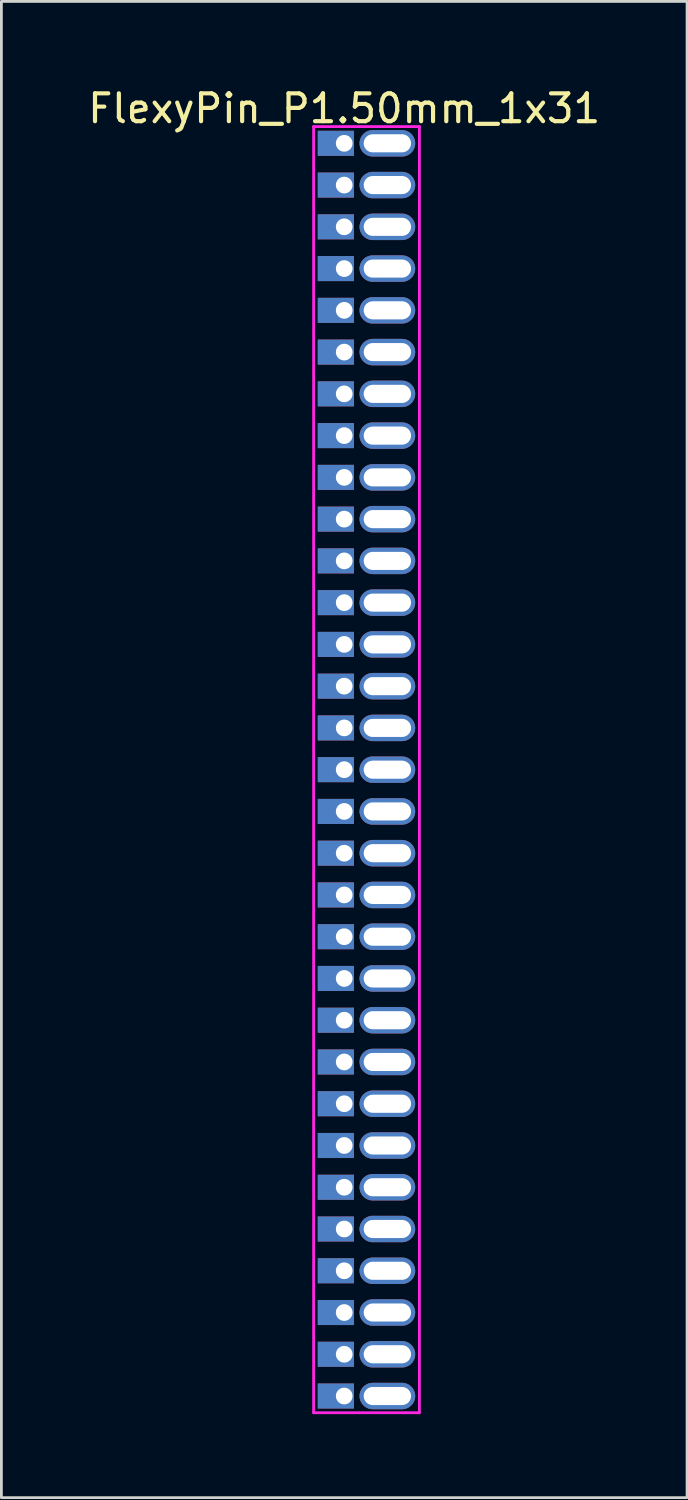
<source format=kicad_pcb>
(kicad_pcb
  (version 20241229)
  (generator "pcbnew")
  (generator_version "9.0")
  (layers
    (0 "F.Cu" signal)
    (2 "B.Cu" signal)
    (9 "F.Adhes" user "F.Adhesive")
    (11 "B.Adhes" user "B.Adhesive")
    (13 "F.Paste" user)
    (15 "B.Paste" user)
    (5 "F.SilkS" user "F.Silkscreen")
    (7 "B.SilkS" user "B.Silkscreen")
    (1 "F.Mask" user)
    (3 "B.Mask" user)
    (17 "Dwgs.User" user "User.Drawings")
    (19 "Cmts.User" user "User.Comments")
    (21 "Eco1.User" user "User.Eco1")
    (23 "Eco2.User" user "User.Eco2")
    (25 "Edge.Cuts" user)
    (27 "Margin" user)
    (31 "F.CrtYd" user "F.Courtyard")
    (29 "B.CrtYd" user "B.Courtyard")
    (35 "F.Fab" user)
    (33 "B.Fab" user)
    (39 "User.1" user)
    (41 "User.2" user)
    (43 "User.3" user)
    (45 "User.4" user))
  (footprint "FlexyPin_P1.50mm_1x31"
    (layer "F.Cu")
    (at 9.315 2.098)
    (property "Reference" "FlexyPin_P1.50mm_1x31" (at 0 -1.25 0) (layer "F.SilkS") (effects (font (size 1 1) (thickness 0.15))))
    (attr through_hole)
    (fp_line (start -1.1 -0.6) (end 2.7 -0.6) (stroke (width 0.1) (type solid)) (layer "F.CrtYd"))
    (fp_line (start -1.1 45.6) (end -1.1 -0.6) (stroke (width 0.1) (type solid)) (layer "F.CrtYd"))
    (fp_line (start 2.7 -0.6) (end 2.7 45.6) (stroke (width 0.1) (type solid)) (layer "F.CrtYd"))
    (fp_line (start 2.7 45.6) (end -1.1 45.6) (stroke (width 0.1) (type solid)) (layer "F.CrtYd"))
    (pad "" thru_hole oval (at 1.55 0) (size 2 0.95) (drill oval 1.7 0.65) (layers "*.Cu" "*.Mask"))
    (pad "" thru_hole oval (at 1.55 1.5) (size 2 0.95) (drill oval 1.7 0.65) (layers "*.Cu" "*.Mask"))
    (pad "" thru_hole oval (at 1.55 3) (size 2 0.95) (drill oval 1.7 0.65) (layers "*.Cu" "*.Mask"))
    (pad "" thru_hole oval (at 1.55 4.5) (size 2 0.95) (drill oval 1.7 0.65) (layers "*.Cu" "*.Mask"))
    (pad "" thru_hole oval (at 1.55 6) (size 2 0.95) (drill oval 1.7 0.65) (layers "*.Cu" "*.Mask"))
    (pad "" thru_hole oval (at 1.55 7.5) (size 2 0.95) (drill oval 1.7 0.65) (layers "*.Cu" "*.Mask"))
    (pad "" thru_hole oval (at 1.55 9) (size 2 0.95) (drill oval 1.7 0.65) (layers "*.Cu" "*.Mask"))
    (pad "" thru_hole oval (at 1.55 10.5) (size 2 0.95) (drill oval 1.7 0.65) (layers "*.Cu" "*.Mask"))
    (pad "" thru_hole oval (at 1.55 12) (size 2 0.95) (drill oval 1.7 0.65) (layers "*.Cu" "*.Mask"))
    (pad "" thru_hole oval (at 1.55 13.5) (size 2 0.95) (drill oval 1.7 0.65) (layers "*.Cu" "*.Mask"))
    (pad "" thru_hole oval (at 1.55 15) (size 2 0.95) (drill oval 1.7 0.65) (layers "*.Cu" "*.Mask"))
    (pad "" thru_hole oval (at 1.55 16.5) (size 2 0.95) (drill oval 1.7 0.65) (layers "*.Cu" "*.Mask"))
    (pad "" thru_hole oval (at 1.55 18) (size 2 0.95) (drill oval 1.7 0.65) (layers "*.Cu" "*.Mask"))
    (pad "" thru_hole oval (at 1.55 19.5) (size 2 0.95) (drill oval 1.7 0.65) (layers "*.Cu" "*.Mask"))
    (pad "" thru_hole oval (at 1.55 21) (size 2 0.95) (drill oval 1.7 0.65) (layers "*.Cu" "*.Mask"))
    (pad "" thru_hole oval (at 1.55 22.5) (size 2 0.95) (drill oval 1.7 0.65) (layers "*.Cu" "*.Mask"))
    (pad "" thru_hole oval (at 1.55 24) (size 2 0.95) (drill oval 1.7 0.65) (layers "*.Cu" "*.Mask"))
    (pad "" thru_hole oval (at 1.55 25.5) (size 2 0.95) (drill oval 1.7 0.65) (layers "*.Cu" "*.Mask"))
    (pad "" thru_hole oval (at 1.55 27) (size 2 0.95) (drill oval 1.7 0.65) (layers "*.Cu" "*.Mask"))
    (pad "" thru_hole oval (at 1.55 28.5) (size 2 0.95) (drill oval 1.7 0.65) (layers "*.Cu" "*.Mask"))
    (pad "" thru_hole oval (at 1.55 30) (size 2 0.95) (drill oval 1.7 0.65) (layers "*.Cu" "*.Mask"))
    (pad "" thru_hole oval (at 1.55 31.5) (size 2 0.95) (drill oval 1.7 0.65) (layers "*.Cu" "*.Mask"))
    (pad "" thru_hole oval (at 1.55 33) (size 2 0.95) (drill oval 1.7 0.65) (layers "*.Cu" "*.Mask"))
    (pad "" thru_hole oval (at 1.55 34.5) (size 2 0.95) (drill oval 1.7 0.65) (layers "*.Cu" "*.Mask"))
    (pad "" thru_hole oval (at 1.55 36) (size 2 0.95) (drill oval 1.7 0.65) (layers "*.Cu" "*.Mask"))
    (pad "" thru_hole oval (at 1.55 37.5) (size 2 0.95) (drill oval 1.7 0.65) (layers "*.Cu" "*.Mask"))
    (pad "" thru_hole oval (at 1.55 39) (size 2 0.95) (drill oval 1.7 0.65) (layers "*.Cu" "*.Mask"))
    (pad "" thru_hole oval (at 1.55 40.5) (size 2 0.95) (drill oval 1.7 0.65) (layers "*.Cu" "*.Mask"))
    (pad "" thru_hole oval (at 1.55 42) (size 2 0.95) (drill oval 1.7 0.65) (layers "*.Cu" "*.Mask"))
    (pad "" thru_hole oval (at 1.55 43.5) (size 2 0.95) (drill oval 1.7 0.65) (layers "*.Cu" "*.Mask"))
    (pad "" thru_hole oval (at 1.55 45) (size 2 0.95) (drill oval 1.7 0.65) (layers "*.Cu" "*.Mask"))
    (pad "1" thru_hole rect (at 0 0) (size 1.3 0.9) (drill 0.6 (offset -0.3 0)) (layers "*.Cu" "*.Mask"))
    (pad "2" thru_hole rect (at 0 1.5) (size 1.3 0.9) (drill 0.6 (offset -0.3 0)) (layers "*.Cu" "*.Mask"))
    (pad "3" thru_hole rect (at 0 3) (size 1.3 0.9) (drill 0.6 (offset -0.3 0)) (layers "*.Cu" "*.Mask"))
    (pad "4" thru_hole rect (at 0 4.5) (size 1.3 0.9) (drill 0.6 (offset -0.3 0)) (layers "*.Cu" "*.Mask"))
    (pad "5" thru_hole rect (at 0 6) (size 1.3 0.9) (drill 0.6 (offset -0.3 0)) (layers "*.Cu" "*.Mask"))
    (pad "6" thru_hole rect (at 0 7.5) (size 1.3 0.9) (drill 0.6 (offset -0.3 0)) (layers "*.Cu" "*.Mask"))
    (pad "7" thru_hole rect (at 0 9) (size 1.3 0.9) (drill 0.6 (offset -0.3 0)) (layers "*.Cu" "*.Mask"))
    (pad "8" thru_hole rect (at 0 10.5) (size 1.3 0.9) (drill 0.6 (offset -0.3 0)) (layers "*.Cu" "*.Mask"))
    (pad "9" thru_hole rect (at 0 12) (size 1.3 0.9) (drill 0.6 (offset -0.3 0)) (layers "*.Cu" "*.Mask"))
    (pad "10" thru_hole rect (at 0 13.5) (size 1.3 0.9) (drill 0.6 (offset -0.3 0)) (layers "*.Cu" "*.Mask"))
    (pad "11" thru_hole rect (at 0 15) (size 1.3 0.9) (drill 0.6 (offset -0.3 0)) (layers "*.Cu" "*.Mask"))
    (pad "12" thru_hole rect (at 0 16.5) (size 1.3 0.9) (drill 0.6 (offset -0.3 0)) (layers "*.Cu" "*.Mask"))
    (pad "13" thru_hole rect (at 0 18) (size 1.3 0.9) (drill 0.6 (offset -0.3 0)) (layers "*.Cu" "*.Mask"))
    (pad "14" thru_hole rect (at 0 19.5) (size 1.3 0.9) (drill 0.6 (offset -0.3 0)) (layers "*.Cu" "*.Mask"))
    (pad "15" thru_hole rect (at 0 21) (size 1.3 0.9) (drill 0.6 (offset -0.3 0)) (layers "*.Cu" "*.Mask"))
    (pad "16" thru_hole rect (at 0 22.5) (size 1.3 0.9) (drill 0.6 (offset -0.3 0)) (layers "*.Cu" "*.Mask"))
    (pad "17" thru_hole rect (at 0 24) (size 1.3 0.9) (drill 0.6 (offset -0.3 0)) (layers "*.Cu" "*.Mask"))
    (pad "18" thru_hole rect (at 0 25.5) (size 1.3 0.9) (drill 0.6 (offset -0.3 0)) (layers "*.Cu" "*.Mask"))
    (pad "19" thru_hole rect (at 0 27) (size 1.3 0.9) (drill 0.6 (offset -0.3 0)) (layers "*.Cu" "*.Mask"))
    (pad "20" thru_hole rect (at 0 28.5) (size 1.3 0.9) (drill 0.6 (offset -0.3 0)) (layers "*.Cu" "*.Mask"))
    (pad "21" thru_hole rect (at 0 30) (size 1.3 0.9) (drill 0.6 (offset -0.3 0)) (layers "*.Cu" "*.Mask"))
    (pad "22" thru_hole rect (at 0 31.5) (size 1.3 0.9) (drill 0.6 (offset -0.3 0)) (layers "*.Cu" "*.Mask"))
    (pad "23" thru_hole rect (at 0 33) (size 1.3 0.9) (drill 0.6 (offset -0.3 0)) (layers "*.Cu" "*.Mask"))
    (pad "24" thru_hole rect (at 0 34.5) (size 1.3 0.9) (drill 0.6 (offset -0.3 0)) (layers "*.Cu" "*.Mask"))
    (pad "25" thru_hole rect (at 0 36) (size 1.3 0.9) (drill 0.6 (offset -0.3 0)) (layers "*.Cu" "*.Mask"))
    (pad "26" thru_hole rect (at 0 37.5) (size 1.3 0.9) (drill 0.6 (offset -0.3 0)) (layers "*.Cu" "*.Mask"))
    (pad "27" thru_hole rect (at 0 39) (size 1.3 0.9) (drill 0.6 (offset -0.3 0)) (layers "*.Cu" "*.Mask"))
    (pad "28" thru_hole rect (at 0 40.5) (size 1.3 0.9) (drill 0.6 (offset -0.3 0)) (layers "*.Cu" "*.Mask"))
    (pad "29" thru_hole rect (at 0 42) (size 1.3 0.9) (drill 0.6 (offset -0.3 0)) (layers "*.Cu" "*.Mask"))
    (pad "30" thru_hole rect (at 0 43.5) (size 1.3 0.9) (drill 0.6 (offset -0.3 0)) (layers "*.Cu" "*.Mask"))
    (pad "31" thru_hole rect (at 0 45) (size 1.3 0.9) (drill 0.6 (offset -0.3 0)) (layers "*.Cu" "*.Mask")))
  (gr_rect
    (start -3 -3)
    (end 21.631 50.748)
    (stroke (width 0.1) (type default))
    (fill no)
    (layer "Edge.Cuts")))
</source>
